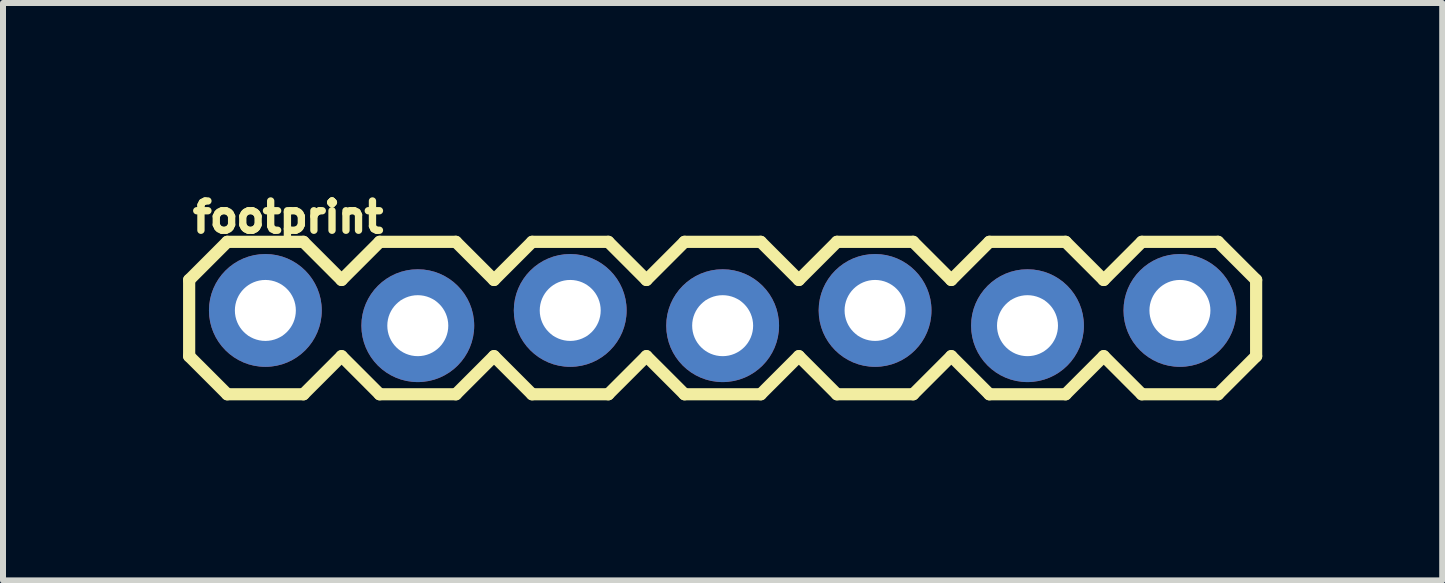
<source format=kicad_pcb>
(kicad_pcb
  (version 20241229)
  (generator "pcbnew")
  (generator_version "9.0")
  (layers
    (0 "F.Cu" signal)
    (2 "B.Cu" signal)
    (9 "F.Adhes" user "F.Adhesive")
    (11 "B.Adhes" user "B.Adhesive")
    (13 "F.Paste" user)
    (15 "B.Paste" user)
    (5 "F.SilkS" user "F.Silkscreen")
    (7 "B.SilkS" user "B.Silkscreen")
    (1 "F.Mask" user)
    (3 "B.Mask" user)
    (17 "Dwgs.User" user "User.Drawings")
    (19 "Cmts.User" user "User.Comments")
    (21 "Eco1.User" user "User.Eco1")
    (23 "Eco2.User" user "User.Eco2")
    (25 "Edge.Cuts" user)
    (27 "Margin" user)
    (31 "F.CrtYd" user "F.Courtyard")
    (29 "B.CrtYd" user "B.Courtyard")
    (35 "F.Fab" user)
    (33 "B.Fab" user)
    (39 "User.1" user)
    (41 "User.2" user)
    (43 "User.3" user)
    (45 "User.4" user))
  (footprint "footprint"
    (layer "F.Cu")
    (at 1.372 2.25)
    (property "Reference" "footprint" (at -1.27 -1.397 0) (layer "F.SilkS") (effects (font (size 0.488 0.488) (thickness 0.122)) (justify left bottom)))
    (fp_line (start -1.27 -0.635) (end -1.27 0.635) (stroke (width 0.203) (type solid)) (layer "F.SilkS"))
    (fp_line (start -1.27 0.635) (end -0.635 1.27) (stroke (width 0.203) (type solid)) (layer "F.SilkS"))
    (fp_line (start -0.635 -1.27) (end -1.27 -0.635) (stroke (width 0.203) (type solid)) (layer "F.SilkS"))
    (fp_line (start -0.635 -1.27) (end 0.635 -1.27) (stroke (width 0.203) (type solid)) (layer "F.SilkS"))
    (fp_line (start 0.635 -1.27) (end 1.27 -0.635) (stroke (width 0.203) (type solid)) (layer "F.SilkS"))
    (fp_line (start 0.635 1.27) (end -0.635 1.27) (stroke (width 0.203) (type solid)) (layer "F.SilkS"))
    (fp_line (start 1.27 -0.635) (end 1.905 -1.27) (stroke (width 0.203) (type solid)) (layer "F.SilkS"))
    (fp_line (start 1.27 0.635) (end 0.635 1.27) (stroke (width 0.203) (type solid)) (layer "F.SilkS"))
    (fp_line (start 1.905 -1.27) (end 3.175 -1.27) (stroke (width 0.203) (type solid)) (layer "F.SilkS"))
    (fp_line (start 1.905 1.27) (end 1.27 0.635) (stroke (width 0.203) (type solid)) (layer "F.SilkS"))
    (fp_line (start 3.175 -1.27) (end 3.81 -0.635) (stroke (width 0.203) (type solid)) (layer "F.SilkS"))
    (fp_line (start 3.175 1.27) (end 1.905 1.27) (stroke (width 0.203) (type solid)) (layer "F.SilkS"))
    (fp_line (start 3.81 -0.635) (end 4.445 -1.27) (stroke (width 0.203) (type solid)) (layer "F.SilkS"))
    (fp_line (start 3.81 0.635) (end 3.175 1.27) (stroke (width 0.203) (type solid)) (layer "F.SilkS"))
    (fp_line (start 4.445 -1.27) (end 5.715 -1.27) (stroke (width 0.203) (type solid)) (layer "F.SilkS"))
    (fp_line (start 4.445 1.27) (end 3.81 0.635) (stroke (width 0.203) (type solid)) (layer "F.SilkS"))
    (fp_line (start 5.715 -1.27) (end 6.35 -0.635) (stroke (width 0.203) (type solid)) (layer "F.SilkS"))
    (fp_line (start 5.715 1.27) (end 4.445 1.27) (stroke (width 0.203) (type solid)) (layer "F.SilkS"))
    (fp_line (start 6.35 0.635) (end 5.715 1.27) (stroke (width 0.203) (type solid)) (layer "F.SilkS"))
    (fp_line (start 6.35 0.635) (end 6.985 1.27) (stroke (width 0.203) (type solid)) (layer "F.SilkS"))
    (fp_line (start 6.985 -1.27) (end 6.35 -0.635) (stroke (width 0.203) (type solid)) (layer "F.SilkS"))
    (fp_line (start 6.985 -1.27) (end 8.255 -1.27) (stroke (width 0.203) (type solid)) (layer "F.SilkS"))
    (fp_line (start 8.255 -1.27) (end 8.89 -0.635) (stroke (width 0.203) (type solid)) (layer "F.SilkS"))
    (fp_line (start 8.255 1.27) (end 6.985 1.27) (stroke (width 0.203) (type solid)) (layer "F.SilkS"))
    (fp_line (start 8.89 -0.635) (end 9.525 -1.27) (stroke (width 0.203) (type solid)) (layer "F.SilkS"))
    (fp_line (start 8.89 0.635) (end 8.255 1.27) (stroke (width 0.203) (type solid)) (layer "F.SilkS"))
    (fp_line (start 9.525 -1.27) (end 10.795 -1.27) (stroke (width 0.203) (type solid)) (layer "F.SilkS"))
    (fp_line (start 9.525 1.27) (end 8.89 0.635) (stroke (width 0.203) (type solid)) (layer "F.SilkS"))
    (fp_line (start 10.795 -1.27) (end 11.43 -0.635) (stroke (width 0.203) (type solid)) (layer "F.SilkS"))
    (fp_line (start 10.795 1.27) (end 9.525 1.27) (stroke (width 0.203) (type solid)) (layer "F.SilkS"))
    (fp_line (start 11.43 -0.635) (end 12.065 -1.27) (stroke (width 0.203) (type solid)) (layer "F.SilkS"))
    (fp_line (start 11.43 0.635) (end 10.795 1.27) (stroke (width 0.203) (type solid)) (layer "F.SilkS"))
    (fp_line (start 12.065 -1.27) (end 13.335 -1.27) (stroke (width 0.203) (type solid)) (layer "F.SilkS"))
    (fp_line (start 12.065 1.27) (end 11.43 0.635) (stroke (width 0.203) (type solid)) (layer "F.SilkS"))
    (fp_line (start 13.335 -1.27) (end 13.97 -0.635) (stroke (width 0.203) (type solid)) (layer "F.SilkS"))
    (fp_line (start 13.335 1.27) (end 12.065 1.27) (stroke (width 0.203) (type solid)) (layer "F.SilkS"))
    (fp_line (start 13.97 0.635) (end 13.335 1.27) (stroke (width 0.203) (type solid)) (layer "F.SilkS"))
    (fp_line (start 13.97 0.635) (end 14.605 1.27) (stroke (width 0.203) (type solid)) (layer "F.SilkS"))
    (fp_line (start 14.605 -1.27) (end 13.97 -0.635) (stroke (width 0.203) (type solid)) (layer "F.SilkS"))
    (fp_line (start 14.605 -1.27) (end 15.875 -1.27) (stroke (width 0.203) (type solid)) (layer "F.SilkS"))
    (fp_line (start 15.875 -1.27) (end 16.51 -0.635) (stroke (width 0.203) (type solid)) (layer "F.SilkS"))
    (fp_line (start 15.875 1.27) (end 14.605 1.27) (stroke (width 0.203) (type solid)) (layer "F.SilkS"))
    (fp_line (start 16.51 -0.635) (end 16.51 0.635) (stroke (width 0.203) (type solid)) (layer "F.SilkS"))
    (fp_line (start 16.51 0.635) (end 15.875 1.27) (stroke (width 0.203) (type solid)) (layer "F.SilkS"))
    (fp_poly (pts (xy -0.254 0.254) (xy 0.254 0.254) (xy 0.254 -0.254) (xy -0.254 -0.254)) (stroke (width 0.1) (type solid)) (fill no) (layer "F.Fab"))
    (fp_poly (pts (xy 2.286 0.254) (xy 2.794 0.254) (xy 2.794 -0.254) (xy 2.286 -0.254)) (stroke (width 0.1) (type solid)) (fill no) (layer "F.Fab"))
    (fp_poly (pts (xy 4.826 0.254) (xy 5.334 0.254) (xy 5.334 -0.254) (xy 4.826 -0.254)) (stroke (width 0.1) (type solid)) (fill no) (layer "F.Fab"))
    (fp_poly (pts (xy 7.366 0.254) (xy 7.874 0.254) (xy 7.874 -0.254) (xy 7.366 -0.254)) (stroke (width 0.1) (type solid)) (fill no) (layer "F.Fab"))
    (fp_poly (pts (xy 9.906 0.254) (xy 10.414 0.254) (xy 10.414 -0.254) (xy 9.906 -0.254)) (stroke (width 0.1) (type solid)) (fill no) (layer "F.Fab"))
    (fp_poly (pts (xy 12.446 0.254) (xy 12.954 0.254) (xy 12.954 -0.254) (xy 12.446 -0.254)) (stroke (width 0.1) (type solid)) (fill no) (layer "F.Fab"))
    (fp_poly (pts (xy 14.986 0.254) (xy 15.494 0.254) (xy 15.494 -0.254) (xy 14.986 -0.254)) (stroke (width 0.1) (type solid)) (fill no) (layer "F.Fab"))
    (pad "1" thru_hole circle (at 0 -0.127 90) (size 1.88 1.88) (drill 1.016) (layers "*.Cu" "*.Mask"))
    (pad "2" thru_hole circle (at 2.54 0.127 90) (size 1.88 1.88) (drill 1.016) (layers "*.Cu" "*.Mask"))
    (pad "3" thru_hole circle (at 5.08 -0.127 90) (size 1.88 1.88) (drill 1.016) (layers "*.Cu" "*.Mask"))
    (pad "4" thru_hole circle (at 7.62 0.127 90) (size 1.88 1.88) (drill 1.016) (layers "*.Cu" "*.Mask"))
    (pad "5" thru_hole circle (at 10.16 -0.127 90) (size 1.88 1.88) (drill 1.016) (layers "*.Cu" "*.Mask"))
    (pad "6" thru_hole circle (at 12.7 0.127 90) (size 1.88 1.88) (drill 1.016) (layers "*.Cu" "*.Mask"))
    (pad "7" thru_hole circle (at 15.24 -0.127 90) (size 1.88 1.88) (drill 1.016) (layers "*.Cu" "*.Mask")))
  (gr_rect
    (start -3 -3)
    (end 20.983 6.622)
    (stroke (width 0.1) (type default))
    (fill no)
    (layer "Edge.Cuts")))
</source>
